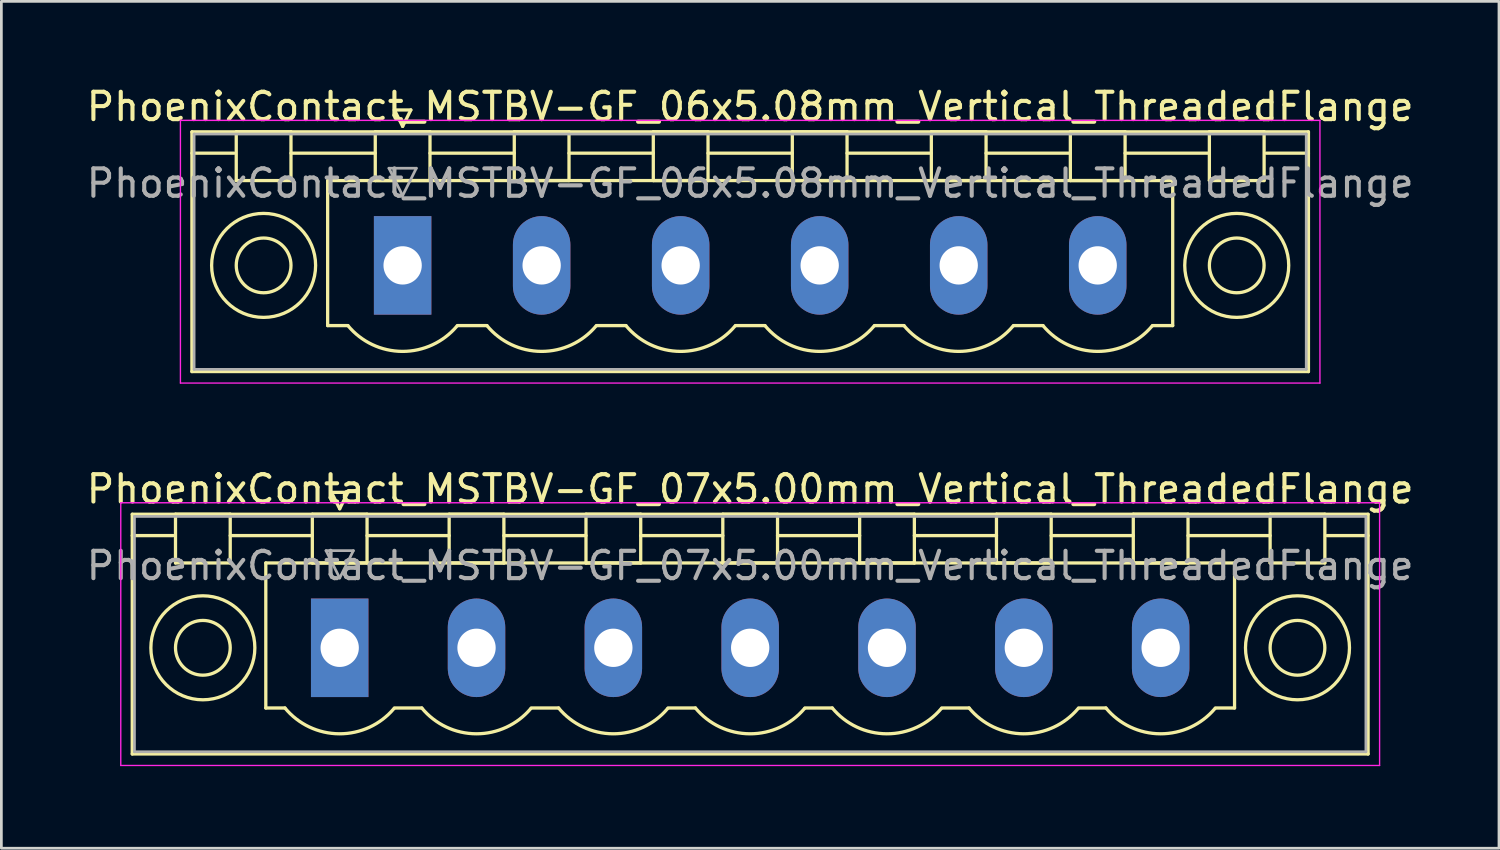
<source format=kicad_pcb>
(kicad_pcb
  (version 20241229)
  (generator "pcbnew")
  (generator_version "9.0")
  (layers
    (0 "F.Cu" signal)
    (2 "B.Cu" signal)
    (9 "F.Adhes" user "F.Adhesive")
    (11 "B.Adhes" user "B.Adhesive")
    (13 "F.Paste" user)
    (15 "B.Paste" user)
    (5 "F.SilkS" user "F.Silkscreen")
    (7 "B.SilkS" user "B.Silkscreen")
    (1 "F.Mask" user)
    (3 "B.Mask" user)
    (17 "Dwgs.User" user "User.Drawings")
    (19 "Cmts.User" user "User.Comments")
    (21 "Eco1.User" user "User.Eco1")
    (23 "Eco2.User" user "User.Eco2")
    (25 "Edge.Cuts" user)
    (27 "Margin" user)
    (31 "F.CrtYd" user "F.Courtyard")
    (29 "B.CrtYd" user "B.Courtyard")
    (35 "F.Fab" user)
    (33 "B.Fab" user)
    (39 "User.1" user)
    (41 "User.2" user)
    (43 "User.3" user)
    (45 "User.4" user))
  (footprint "PhoenixContact_MSTBV-GF_07x5.00mm_Vertical_ThreadedFlange"
    (layer "F.Cu")
    (at 9.363 20.622)
    (property "Reference" "PhoenixContact_MSTBV-GF_07x5.00mm_Vertical_ThreadedFlange" (at 15 -5.8 0) (layer "F.SilkS") (effects (font (size 1 1) (thickness 0.15))))
    (attr through_hole)
    (fp_line (start -7.58 -4.88) (end -7.58 3.88) (stroke (width 0.12) (type solid)) (layer "F.SilkS"))
    (fp_line (start -7.58 -4.1) (end -6.08 -4.1) (stroke (width 0.12) (type solid)) (layer "F.SilkS"))
    (fp_line (start -7.58 3.88) (end 37.58 3.88) (stroke (width 0.12) (type solid)) (layer "F.SilkS"))
    (fp_line (start -6 -4.88) (end -4 -4.88) (stroke (width 0.12) (type solid)) (layer "F.SilkS"))
    (fp_line (start -6 -3.1) (end -6 -4.88) (stroke (width 0.12) (type solid)) (layer "F.SilkS"))
    (fp_line (start -4 -4.88) (end -4 -3.1) (stroke (width 0.12) (type solid)) (layer "F.SilkS"))
    (fp_line (start -4 -4.1) (end -1 -4.1) (stroke (width 0.12) (type solid)) (layer "F.SilkS"))
    (fp_line (start -4 -3.1) (end -6 -3.1) (stroke (width 0.12) (type solid)) (layer "F.SilkS"))
    (fp_line (start -2.7 -3.1) (end 32.7 -3.1) (stroke (width 0.12) (type solid)) (layer "F.SilkS"))
    (fp_line (start -2.7 2.2) (end -2.7 -3.1) (stroke (width 0.12) (type solid)) (layer "F.SilkS"))
    (fp_line (start -2 2.2) (end -2.7 2.2) (stroke (width 0.12) (type solid)) (layer "F.SilkS"))
    (fp_line (start -1 -4.88) (end 1 -4.88) (stroke (width 0.12) (type solid)) (layer "F.SilkS"))
    (fp_line (start -1 -3.1) (end -1 -4.88) (stroke (width 0.12) (type solid)) (layer "F.SilkS"))
    (fp_line (start -0.3 -5.68) (end 0.3 -5.68) (stroke (width 0.12) (type solid)) (layer "F.SilkS"))
    (fp_line (start 0 -5.08) (end -0.3 -5.68) (stroke (width 0.12) (type solid)) (layer "F.SilkS"))
    (fp_line (start 0.3 -5.68) (end 0 -5.08) (stroke (width 0.12) (type solid)) (layer "F.SilkS"))
    (fp_line (start 1 -4.88) (end 1 -3.1) (stroke (width 0.12) (type solid)) (layer "F.SilkS"))
    (fp_line (start 1 -4.1) (end 4 -4.1) (stroke (width 0.12) (type solid)) (layer "F.SilkS"))
    (fp_line (start 1 -3.1) (end -1 -3.1) (stroke (width 0.12) (type solid)) (layer "F.SilkS"))
    (fp_line (start 2 2.2) (end 3 2.2) (stroke (width 0.12) (type solid)) (layer "F.SilkS"))
    (fp_line (start 4 -4.88) (end 6 -4.88) (stroke (width 0.12) (type solid)) (layer "F.SilkS"))
    (fp_line (start 4 -3.1) (end 4 -4.88) (stroke (width 0.12) (type solid)) (layer "F.SilkS"))
    (fp_line (start 6 -4.88) (end 6 -3.1) (stroke (width 0.12) (type solid)) (layer "F.SilkS"))
    (fp_line (start 6 -4.1) (end 9 -4.1) (stroke (width 0.12) (type solid)) (layer "F.SilkS"))
    (fp_line (start 6 -3.1) (end 4 -3.1) (stroke (width 0.12) (type solid)) (layer "F.SilkS"))
    (fp_line (start 7 2.2) (end 8 2.2) (stroke (width 0.12) (type solid)) (layer "F.SilkS"))
    (fp_line (start 9 -4.88) (end 11 -4.88) (stroke (width 0.12) (type solid)) (layer "F.SilkS"))
    (fp_line (start 9 -3.1) (end 9 -4.88) (stroke (width 0.12) (type solid)) (layer "F.SilkS"))
    (fp_line (start 11 -4.88) (end 11 -3.1) (stroke (width 0.12) (type solid)) (layer "F.SilkS"))
    (fp_line (start 11 -4.1) (end 14 -4.1) (stroke (width 0.12) (type solid)) (layer "F.SilkS"))
    (fp_line (start 11 -3.1) (end 9 -3.1) (stroke (width 0.12) (type solid)) (layer "F.SilkS"))
    (fp_line (start 12 2.2) (end 13 2.2) (stroke (width 0.12) (type solid)) (layer "F.SilkS"))
    (fp_line (start 14 -4.88) (end 16 -4.88) (stroke (width 0.12) (type solid)) (layer "F.SilkS"))
    (fp_line (start 14 -3.1) (end 14 -4.88) (stroke (width 0.12) (type solid)) (layer "F.SilkS"))
    (fp_line (start 16 -4.88) (end 16 -3.1) (stroke (width 0.12) (type solid)) (layer "F.SilkS"))
    (fp_line (start 16 -4.1) (end 19 -4.1) (stroke (width 0.12) (type solid)) (layer "F.SilkS"))
    (fp_line (start 16 -3.1) (end 14 -3.1) (stroke (width 0.12) (type solid)) (layer "F.SilkS"))
    (fp_line (start 17 2.2) (end 18 2.2) (stroke (width 0.12) (type solid)) (layer "F.SilkS"))
    (fp_line (start 19 -4.88) (end 21 -4.88) (stroke (width 0.12) (type solid)) (layer "F.SilkS"))
    (fp_line (start 19 -3.1) (end 19 -4.88) (stroke (width 0.12) (type solid)) (layer "F.SilkS"))
    (fp_line (start 21 -4.88) (end 21 -3.1) (stroke (width 0.12) (type solid)) (layer "F.SilkS"))
    (fp_line (start 21 -4.1) (end 24 -4.1) (stroke (width 0.12) (type solid)) (layer "F.SilkS"))
    (fp_line (start 21 -3.1) (end 19 -3.1) (stroke (width 0.12) (type solid)) (layer "F.SilkS"))
    (fp_line (start 22 2.2) (end 23 2.2) (stroke (width 0.12) (type solid)) (layer "F.SilkS"))
    (fp_line (start 24 -4.88) (end 26 -4.88) (stroke (width 0.12) (type solid)) (layer "F.SilkS"))
    (fp_line (start 24 -3.1) (end 24 -4.88) (stroke (width 0.12) (type solid)) (layer "F.SilkS"))
    (fp_line (start 26 -4.88) (end 26 -3.1) (stroke (width 0.12) (type solid)) (layer "F.SilkS"))
    (fp_line (start 26 -4.1) (end 29 -4.1) (stroke (width 0.12) (type solid)) (layer "F.SilkS"))
    (fp_line (start 26 -3.1) (end 24 -3.1) (stroke (width 0.12) (type solid)) (layer "F.SilkS"))
    (fp_line (start 27 2.2) (end 28 2.2) (stroke (width 0.12) (type solid)) (layer "F.SilkS"))
    (fp_line (start 29 -4.88) (end 31 -4.88) (stroke (width 0.12) (type solid)) (layer "F.SilkS"))
    (fp_line (start 29 -3.1) (end 29 -4.88) (stroke (width 0.12) (type solid)) (layer "F.SilkS"))
    (fp_line (start 31 -4.88) (end 31 -3.1) (stroke (width 0.12) (type solid)) (layer "F.SilkS"))
    (fp_line (start 31 -4.1) (end 34 -4.1) (stroke (width 0.12) (type solid)) (layer "F.SilkS"))
    (fp_line (start 31 -3.1) (end 29 -3.1) (stroke (width 0.12) (type solid)) (layer "F.SilkS"))
    (fp_line (start 32.7 -3.1) (end 32.7 2.2) (stroke (width 0.12) (type solid)) (layer "F.SilkS"))
    (fp_line (start 32.7 2.2) (end 32 2.2) (stroke (width 0.12) (type solid)) (layer "F.SilkS"))
    (fp_line (start 34 -4.88) (end 36 -4.88) (stroke (width 0.12) (type solid)) (layer "F.SilkS"))
    (fp_line (start 34 -3.1) (end 34 -4.88) (stroke (width 0.12) (type solid)) (layer "F.SilkS"))
    (fp_line (start 36 -4.88) (end 36 -3.1) (stroke (width 0.12) (type solid)) (layer "F.SilkS"))
    (fp_line (start 36 -3.1) (end 34 -3.1) (stroke (width 0.12) (type solid)) (layer "F.SilkS"))
    (fp_line (start 37.58 -4.88) (end -7.58 -4.88) (stroke (width 0.12) (type solid)) (layer "F.SilkS"))
    (fp_line (start 37.58 -4.1) (end 36.08 -4.1) (stroke (width 0.12) (type solid)) (layer "F.SilkS"))
    (fp_line (start 37.58 3.88) (end 37.58 -4.88) (stroke (width 0.12) (type solid)) (layer "F.SilkS"))
    (fp_arc (start 1.986842 2.215821) (mid -0.010289 3.142758) (end -2 2.2) (stroke (width 0.12) (type solid)) (layer "F.SilkS"))
    (fp_arc (start 6.986842 2.215821) (mid 4.989711 3.142758) (end 3 2.2) (stroke (width 0.12) (type solid)) (layer "F.SilkS"))
    (fp_arc (start 11.986842 2.215821) (mid 9.989711 3.142758) (end 8 2.2) (stroke (width 0.12) (type solid)) (layer "F.SilkS"))
    (fp_arc (start 16.986842 2.215821) (mid 14.989711 3.142758) (end 13 2.2) (stroke (width 0.12) (type solid)) (layer "F.SilkS"))
    (fp_arc (start 21.986842 2.215821) (mid 19.989711 3.142758) (end 18 2.2) (stroke (width 0.12) (type solid)) (layer "F.SilkS"))
    (fp_arc (start 26.986842 2.215821) (mid 24.989711 3.142758) (end 23 2.2) (stroke (width 0.12) (type solid)) (layer "F.SilkS"))
    (fp_arc (start 31.986842 2.215821) (mid 29.989711 3.142758) (end 28 2.2) (stroke (width 0.12) (type solid)) (layer "F.SilkS"))
    (fp_circle (center -5 0) (end -4 0) (stroke (width 0.12) (type solid)) (fill no) (layer "F.SilkS"))
    (fp_circle (center -5 0) (end -3.1 0) (stroke (width 0.12) (type solid)) (fill no) (layer "F.SilkS"))
    (fp_circle (center 35 0) (end 36 0) (stroke (width 0.12) (type solid)) (fill no) (layer "F.SilkS"))
    (fp_circle (center 35 0) (end 36.9 0) (stroke (width 0.12) (type solid)) (fill no) (layer "F.SilkS"))
    (fp_line (start -8 -5.3) (end -8 4.3) (stroke (width 0.05) (type solid)) (layer "F.CrtYd"))
    (fp_line (start -8 4.3) (end 38 4.3) (stroke (width 0.05) (type solid)) (layer "F.CrtYd"))
    (fp_line (start 38 -5.3) (end -8 -5.3) (stroke (width 0.05) (type solid)) (layer "F.CrtYd"))
    (fp_line (start 38 4.3) (end 38 -5.3) (stroke (width 0.05) (type solid)) (layer "F.CrtYd"))
    (fp_line (start -7.5 -4.8) (end -7.5 3.8) (stroke (width 0.1) (type solid)) (layer "F.Fab"))
    (fp_line (start -7.5 3.8) (end 37.5 3.8) (stroke (width 0.1) (type solid)) (layer "F.Fab"))
    (fp_line (start -0.5 -3.55) (end 0.5 -3.55) (stroke (width 0.1) (type solid)) (layer "F.Fab"))
    (fp_line (start 0 -2.55) (end -0.5 -3.55) (stroke (width 0.1) (type solid)) (layer "F.Fab"))
    (fp_line (start 0.5 -3.55) (end 0 -2.55) (stroke (width 0.1) (type solid)) (layer "F.Fab"))
    (fp_line (start 37.5 -4.8) (end -7.5 -4.8) (stroke (width 0.1) (type solid)) (layer "F.Fab"))
    (fp_line (start 37.5 3.8) (end 37.5 -4.8) (stroke (width 0.1) (type solid)) (layer "F.Fab"))
    (fp_text user "${REFERENCE}" (at 15 -3 0) (layer "F.Fab") (effects (font (size 1 1) (thickness 0.15))))
    (pad "1" thru_hole rect (at 0 0) (size 2.1 3.6) (drill 1.4) (layers "*.Cu" "*.Mask"))
    (pad "2" thru_hole oval (at 5 0) (size 2.1 3.6) (drill 1.4) (layers "*.Cu" "*.Mask"))
    (pad "3" thru_hole oval (at 10 0) (size 2.1 3.6) (drill 1.4) (layers "*.Cu" "*.Mask"))
    (pad "4" thru_hole oval (at 15 0) (size 2.1 3.6) (drill 1.4) (layers "*.Cu" "*.Mask"))
    (pad "5" thru_hole oval (at 20 0) (size 2.1 3.6) (drill 1.4) (layers "*.Cu" "*.Mask"))
    (pad "6" thru_hole oval (at 25 0) (size 2.1 3.6) (drill 1.4) (layers "*.Cu" "*.Mask"))
    (pad "7" thru_hole oval (at 30 0) (size 2.1 3.6) (drill 1.4) (layers "*.Cu" "*.Mask")))
  (footprint "PhoenixContact_MSTBV-GF_06x5.08mm_Vertical_ThreadedFlange"
    (layer "F.Cu")
    (at 11.663 6.648)
    (property "Reference" "PhoenixContact_MSTBV-GF_06x5.08mm_Vertical_ThreadedFlange" (at 12.7 -5.8 0) (layer "F.SilkS") (effects (font (size 1 1) (thickness 0.15))))
    (attr through_hole)
    (fp_line (start -7.7 -4.88) (end -7.7 3.88) (stroke (width 0.12) (type solid)) (layer "F.SilkS"))
    (fp_line (start -7.7 -4.1) (end -6.16 -4.1) (stroke (width 0.12) (type solid)) (layer "F.SilkS"))
    (fp_line (start -7.7 3.88) (end 33.1 3.88) (stroke (width 0.12) (type solid)) (layer "F.SilkS"))
    (fp_line (start -6.08 -4.88) (end -4.08 -4.88) (stroke (width 0.12) (type solid)) (layer "F.SilkS"))
    (fp_line (start -6.08 -3.1) (end -6.08 -4.88) (stroke (width 0.12) (type solid)) (layer "F.SilkS"))
    (fp_line (start -4.08 -4.88) (end -4.08 -3.1) (stroke (width 0.12) (type solid)) (layer "F.SilkS"))
    (fp_line (start -4.08 -4.1) (end -1 -4.1) (stroke (width 0.12) (type solid)) (layer "F.SilkS"))
    (fp_line (start -4.08 -3.1) (end -6.08 -3.1) (stroke (width 0.12) (type solid)) (layer "F.SilkS"))
    (fp_line (start -2.74 -3.1) (end 28.14 -3.1) (stroke (width 0.12) (type solid)) (layer "F.SilkS"))
    (fp_line (start -2.74 2.2) (end -2.74 -3.1) (stroke (width 0.12) (type solid)) (layer "F.SilkS"))
    (fp_line (start -2 2.2) (end -2.74 2.2) (stroke (width 0.12) (type solid)) (layer "F.SilkS"))
    (fp_line (start -1 -4.88) (end 1 -4.88) (stroke (width 0.12) (type solid)) (layer "F.SilkS"))
    (fp_line (start -1 -3.1) (end -1 -4.88) (stroke (width 0.12) (type solid)) (layer "F.SilkS"))
    (fp_line (start -0.3 -5.68) (end 0.3 -5.68) (stroke (width 0.12) (type solid)) (layer "F.SilkS"))
    (fp_line (start 0 -5.08) (end -0.3 -5.68) (stroke (width 0.12) (type solid)) (layer "F.SilkS"))
    (fp_line (start 0.3 -5.68) (end 0 -5.08) (stroke (width 0.12) (type solid)) (layer "F.SilkS"))
    (fp_line (start 1 -4.88) (end 1 -3.1) (stroke (width 0.12) (type solid)) (layer "F.SilkS"))
    (fp_line (start 1 -4.1) (end 4.08 -4.1) (stroke (width 0.12) (type solid)) (layer "F.SilkS"))
    (fp_line (start 1 -3.1) (end -1 -3.1) (stroke (width 0.12) (type solid)) (layer "F.SilkS"))
    (fp_line (start 2 2.2) (end 3.08 2.2) (stroke (width 0.12) (type solid)) (layer "F.SilkS"))
    (fp_line (start 4.08 -4.88) (end 6.08 -4.88) (stroke (width 0.12) (type solid)) (layer "F.SilkS"))
    (fp_line (start 4.08 -3.1) (end 4.08 -4.88) (stroke (width 0.12) (type solid)) (layer "F.SilkS"))
    (fp_line (start 6.08 -4.88) (end 6.08 -3.1) (stroke (width 0.12) (type solid)) (layer "F.SilkS"))
    (fp_line (start 6.08 -4.1) (end 9.16 -4.1) (stroke (width 0.12) (type solid)) (layer "F.SilkS"))
    (fp_line (start 6.08 -3.1) (end 4.08 -3.1) (stroke (width 0.12) (type solid)) (layer "F.SilkS"))
    (fp_line (start 7.08 2.2) (end 8.16 2.2) (stroke (width 0.12) (type solid)) (layer "F.SilkS"))
    (fp_line (start 9.16 -4.88) (end 11.16 -4.88) (stroke (width 0.12) (type solid)) (layer "F.SilkS"))
    (fp_line (start 9.16 -3.1) (end 9.16 -4.88) (stroke (width 0.12) (type solid)) (layer "F.SilkS"))
    (fp_line (start 11.16 -4.88) (end 11.16 -3.1) (stroke (width 0.12) (type solid)) (layer "F.SilkS"))
    (fp_line (start 11.16 -4.1) (end 14.24 -4.1) (stroke (width 0.12) (type solid)) (layer "F.SilkS"))
    (fp_line (start 11.16 -3.1) (end 9.16 -3.1) (stroke (width 0.12) (type solid)) (layer "F.SilkS"))
    (fp_line (start 12.16 2.2) (end 13.24 2.2) (stroke (width 0.12) (type solid)) (layer "F.SilkS"))
    (fp_line (start 14.24 -4.88) (end 16.24 -4.88) (stroke (width 0.12) (type solid)) (layer "F.SilkS"))
    (fp_line (start 14.24 -3.1) (end 14.24 -4.88) (stroke (width 0.12) (type solid)) (layer "F.SilkS"))
    (fp_line (start 16.24 -4.88) (end 16.24 -3.1) (stroke (width 0.12) (type solid)) (layer "F.SilkS"))
    (fp_line (start 16.24 -4.1) (end 19.32 -4.1) (stroke (width 0.12) (type solid)) (layer "F.SilkS"))
    (fp_line (start 16.24 -3.1) (end 14.24 -3.1) (stroke (width 0.12) (type solid)) (layer "F.SilkS"))
    (fp_line (start 17.24 2.2) (end 18.32 2.2) (stroke (width 0.12) (type solid)) (layer "F.SilkS"))
    (fp_line (start 19.32 -4.88) (end 21.32 -4.88) (stroke (width 0.12) (type solid)) (layer "F.SilkS"))
    (fp_line (start 19.32 -3.1) (end 19.32 -4.88) (stroke (width 0.12) (type solid)) (layer "F.SilkS"))
    (fp_line (start 21.32 -4.88) (end 21.32 -3.1) (stroke (width 0.12) (type solid)) (layer "F.SilkS"))
    (fp_line (start 21.32 -4.1) (end 24.4 -4.1) (stroke (width 0.12) (type solid)) (layer "F.SilkS"))
    (fp_line (start 21.32 -3.1) (end 19.32 -3.1) (stroke (width 0.12) (type solid)) (layer "F.SilkS"))
    (fp_line (start 22.32 2.2) (end 23.4 2.2) (stroke (width 0.12) (type solid)) (layer "F.SilkS"))
    (fp_line (start 24.4 -4.88) (end 26.4 -4.88) (stroke (width 0.12) (type solid)) (layer "F.SilkS"))
    (fp_line (start 24.4 -3.1) (end 24.4 -4.88) (stroke (width 0.12) (type solid)) (layer "F.SilkS"))
    (fp_line (start 26.4 -4.88) (end 26.4 -3.1) (stroke (width 0.12) (type solid)) (layer "F.SilkS"))
    (fp_line (start 26.4 -4.1) (end 29.48 -4.1) (stroke (width 0.12) (type solid)) (layer "F.SilkS"))
    (fp_line (start 26.4 -3.1) (end 24.4 -3.1) (stroke (width 0.12) (type solid)) (layer "F.SilkS"))
    (fp_line (start 28.14 -3.1) (end 28.14 2.2) (stroke (width 0.12) (type solid)) (layer "F.SilkS"))
    (fp_line (start 28.14 2.2) (end 27.4 2.2) (stroke (width 0.12) (type solid)) (layer "F.SilkS"))
    (fp_line (start 29.48 -4.88) (end 31.48 -4.88) (stroke (width 0.12) (type solid)) (layer "F.SilkS"))
    (fp_line (start 29.48 -3.1) (end 29.48 -4.88) (stroke (width 0.12) (type solid)) (layer "F.SilkS"))
    (fp_line (start 31.48 -4.88) (end 31.48 -3.1) (stroke (width 0.12) (type solid)) (layer "F.SilkS"))
    (fp_line (start 31.48 -3.1) (end 29.48 -3.1) (stroke (width 0.12) (type solid)) (layer "F.SilkS"))
    (fp_line (start 33.1 -4.88) (end -7.7 -4.88) (stroke (width 0.12) (type solid)) (layer "F.SilkS"))
    (fp_line (start 33.1 -4.1) (end 31.56 -4.1) (stroke (width 0.12) (type solid)) (layer "F.SilkS"))
    (fp_line (start 33.1 3.88) (end 33.1 -4.88) (stroke (width 0.12) (type solid)) (layer "F.SilkS"))
    (fp_arc (start 1.986842 2.215821) (mid -0.010289 3.142758) (end -2 2.2) (stroke (width 0.12) (type solid)) (layer "F.SilkS"))
    (fp_arc (start 7.066842 2.215821) (mid 5.069711 3.142758) (end 3.08 2.2) (stroke (width 0.12) (type solid)) (layer "F.SilkS"))
    (fp_arc (start 12.146842 2.215821) (mid 10.149711 3.142758) (end 8.16 2.2) (stroke (width 0.12) (type solid)) (layer "F.SilkS"))
    (fp_arc (start 17.226842 2.215821) (mid 15.229711 3.142758) (end 13.24 2.2) (stroke (width 0.12) (type solid)) (layer "F.SilkS"))
    (fp_arc (start 22.306842 2.215821) (mid 20.309711 3.142758) (end 18.32 2.2) (stroke (width 0.12) (type solid)) (layer "F.SilkS"))
    (fp_arc (start 27.386842 2.215821) (mid 25.389711 3.142758) (end 23.4 2.2) (stroke (width 0.12) (type solid)) (layer "F.SilkS"))
    (fp_circle (center -5.08 0) (end -4.08 0) (stroke (width 0.12) (type solid)) (fill no) (layer "F.SilkS"))
    (fp_circle (center -5.08 0) (end -3.18 0) (stroke (width 0.12) (type solid)) (fill no) (layer "F.SilkS"))
    (fp_circle (center 30.48 0) (end 31.48 0) (stroke (width 0.12) (type solid)) (fill no) (layer "F.SilkS"))
    (fp_circle (center 30.48 0) (end 32.38 0) (stroke (width 0.12) (type solid)) (fill no) (layer "F.SilkS"))
    (fp_line (start -8.12 -5.3) (end -8.12 4.3) (stroke (width 0.05) (type solid)) (layer "F.CrtYd"))
    (fp_line (start -8.12 4.3) (end 33.52 4.3) (stroke (width 0.05) (type solid)) (layer "F.CrtYd"))
    (fp_line (start 33.52 -5.3) (end -8.12 -5.3) (stroke (width 0.05) (type solid)) (layer "F.CrtYd"))
    (fp_line (start 33.52 4.3) (end 33.52 -5.3) (stroke (width 0.05) (type solid)) (layer "F.CrtYd"))
    (fp_line (start -7.62 -4.8) (end -7.62 3.8) (stroke (width 0.1) (type solid)) (layer "F.Fab"))
    (fp_line (start -7.62 3.8) (end 33.02 3.8) (stroke (width 0.1) (type solid)) (layer "F.Fab"))
    (fp_line (start -0.5 -3.55) (end 0.5 -3.55) (stroke (width 0.1) (type solid)) (layer "F.Fab"))
    (fp_line (start 0 -2.55) (end -0.5 -3.55) (stroke (width 0.1) (type solid)) (layer "F.Fab"))
    (fp_line (start 0.5 -3.55) (end 0 -2.55) (stroke (width 0.1) (type solid)) (layer "F.Fab"))
    (fp_line (start 33.02 -4.8) (end -7.62 -4.8) (stroke (width 0.1) (type solid)) (layer "F.Fab"))
    (fp_line (start 33.02 3.8) (end 33.02 -4.8) (stroke (width 0.1) (type solid)) (layer "F.Fab"))
    (fp_text user "${REFERENCE}" (at 12.7 -3 0) (layer "F.Fab") (effects (font (size 1 1) (thickness 0.15))))
    (pad "1" thru_hole rect (at 0 0) (size 2.1 3.6) (drill 1.4) (layers "*.Cu" "*.Mask"))
    (pad "2" thru_hole oval (at 5.08 0) (size 2.1 3.6) (drill 1.4) (layers "*.Cu" "*.Mask"))
    (pad "3" thru_hole oval (at 10.16 0) (size 2.1 3.6) (drill 1.4) (layers "*.Cu" "*.Mask"))
    (pad "4" thru_hole oval (at 15.24 0) (size 2.1 3.6) (drill 1.4) (layers "*.Cu" "*.Mask"))
    (pad "5" thru_hole oval (at 20.32 0) (size 2.1 3.6) (drill 1.4) (layers "*.Cu" "*.Mask"))
    (pad "6" thru_hole oval (at 25.4 0) (size 2.1 3.6) (drill 1.4) (layers "*.Cu" "*.Mask")))
  (gr_rect
    (start -3 -3)
    (end 51.726 27.947)
    (stroke (width 0.1) (type default))
    (fill no)
    (layer "Edge.Cuts")))
</source>
